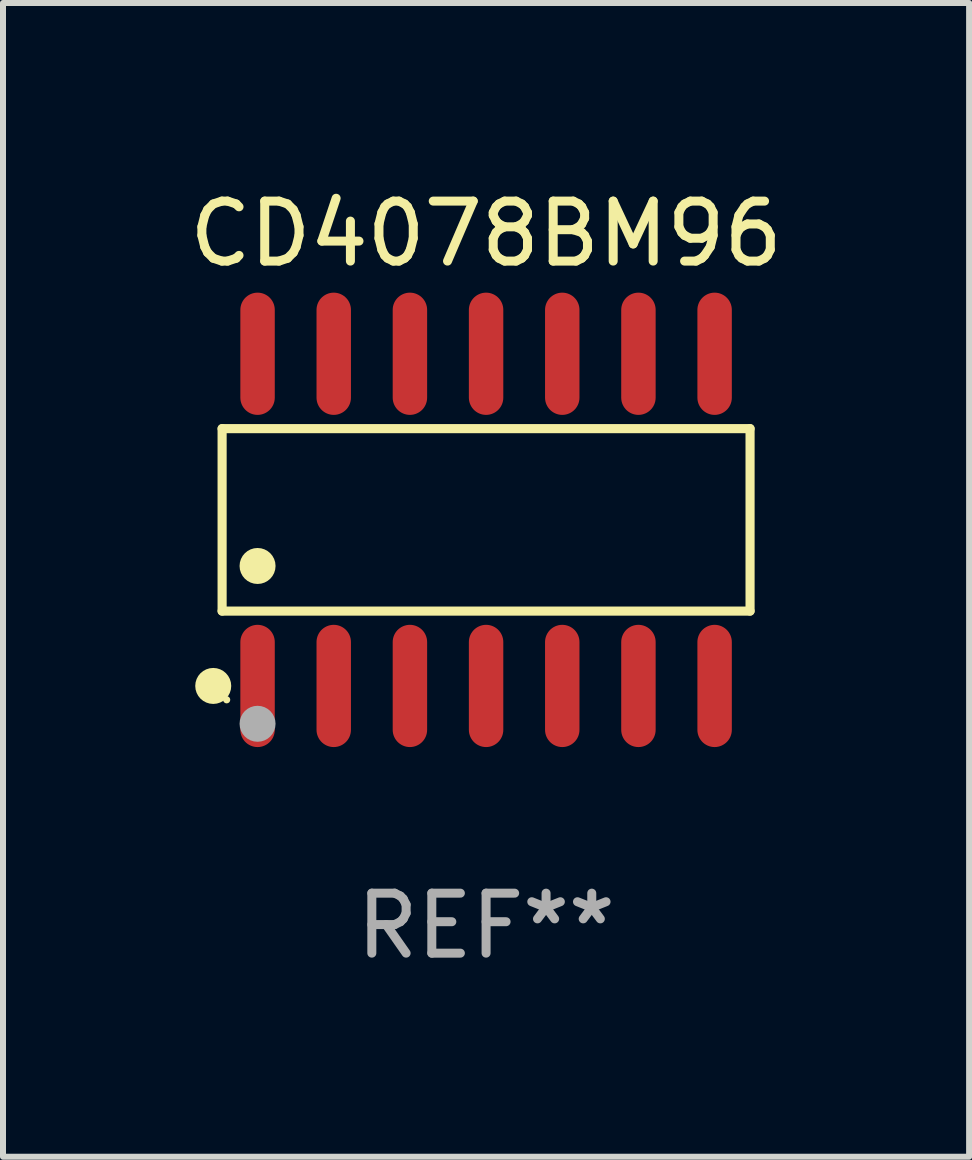
<source format=kicad_pcb>
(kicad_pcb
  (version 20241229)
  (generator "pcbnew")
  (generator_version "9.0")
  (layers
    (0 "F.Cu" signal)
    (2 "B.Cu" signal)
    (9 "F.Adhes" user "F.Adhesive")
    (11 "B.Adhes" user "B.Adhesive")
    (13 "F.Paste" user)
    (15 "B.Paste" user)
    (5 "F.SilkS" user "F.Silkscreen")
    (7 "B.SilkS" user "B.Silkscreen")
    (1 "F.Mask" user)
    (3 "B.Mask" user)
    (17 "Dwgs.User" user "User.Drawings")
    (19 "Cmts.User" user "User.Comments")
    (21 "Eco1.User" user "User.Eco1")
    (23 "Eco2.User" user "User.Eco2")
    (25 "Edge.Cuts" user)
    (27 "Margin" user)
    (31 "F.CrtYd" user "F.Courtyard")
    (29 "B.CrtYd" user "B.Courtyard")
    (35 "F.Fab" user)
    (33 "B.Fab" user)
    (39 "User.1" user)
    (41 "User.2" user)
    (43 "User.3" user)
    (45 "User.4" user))
  (footprint "CD4078BM96"
    (layer "F.Cu")
    (at 5.054 5.617)
    (property "Reference" "CD4078BM96" (at 0 -4.769 0) (layer "F.SilkS") (effects (font (size 1 1) (thickness 0.15))))
    (attr through_hole)
    (fp_line (start -4.401 -1.521) (end 4.401 -1.521) (stroke (width 0.152) (type solid)) (layer "F.SilkS"))
    (fp_line (start -4.401 1.521) (end -4.401 -1.521) (stroke (width 0.152) (type solid)) (layer "F.SilkS"))
    (fp_line (start 4.401 -1.521) (end 4.401 1.521) (stroke (width 0.152) (type solid)) (layer "F.SilkS"))
    (fp_line (start 4.401 1.521) (end -4.401 1.521) (stroke (width 0.152) (type solid)) (layer "F.SilkS"))
    (fp_circle (center -4.549 2.769) (end -4.399 2.769) (stroke (width 0.3) (type solid)) (fill no) (layer "F.SilkS"))
    (fp_circle (center -4.325 3) (end -4.295 3) (stroke (width 0.06) (type solid)) (fill no) (layer "F.SilkS"))
    (fp_circle (center -3.81 0.769) (end -3.66 0.769) (stroke (width 0.3) (type solid)) (fill no) (layer "F.SilkS"))
    (fp_circle (center -3.81 3.4) (end -3.66 3.4) (stroke (width 0.3) (type solid)) (fill no) (layer "F.Fab"))
    (fp_text user "REF**" (at 0 6.769 0) (layer "F.Fab") (effects (font (size 1 1) (thickness 0.15))))
    (pad "1" smd oval (at -3.81 2.769) (size 0.574 2.038) (layers "F.Cu" "F.Mask" "F.Paste"))
    (pad "2" smd oval (at -2.54 2.769) (size 0.574 2.038) (layers "F.Cu" "F.Mask" "F.Paste"))
    (pad "3" smd oval (at -1.27 2.769) (size 0.574 2.038) (layers "F.Cu" "F.Mask" "F.Paste"))
    (pad "4" smd oval (at 0 2.769) (size 0.574 2.038) (layers "F.Cu" "F.Mask" "F.Paste"))
    (pad "5" smd oval (at 1.27 2.769) (size 0.574 2.038) (layers "F.Cu" "F.Mask" "F.Paste"))
    (pad "6" smd oval (at 2.54 2.769) (size 0.574 2.038) (layers "F.Cu" "F.Mask" "F.Paste"))
    (pad "7" smd oval (at 3.81 2.769) (size 0.574 2.038) (layers "F.Cu" "F.Mask" "F.Paste"))
    (pad "8" smd oval (at 3.81 -2.769) (size 0.574 2.038) (layers "F.Cu" "F.Mask" "F.Paste"))
    (pad "9" smd oval (at 2.54 -2.769) (size 0.574 2.038) (layers "F.Cu" "F.Mask" "F.Paste"))
    (pad "10" smd oval (at 1.27 -2.769) (size 0.574 2.038) (layers "F.Cu" "F.Mask" "F.Paste"))
    (pad "11" smd oval (at 0 -2.769) (size 0.574 2.038) (layers "F.Cu" "F.Mask" "F.Paste"))
    (pad "12" smd oval (at -1.27 -2.769) (size 0.574 2.038) (layers "F.Cu" "F.Mask" "F.Paste"))
    (pad "13" smd oval (at -2.54 -2.769) (size 0.574 2.038) (layers "F.Cu" "F.Mask" "F.Paste"))
    (pad "14" smd oval (at -3.81 -2.769) (size 0.574 2.038) (layers "F.Cu" "F.Mask" "F.Paste")))
  (gr_rect
    (start -3 -3)
    (end 13.107 16.235)
    (stroke (width 0.1) (type default))
    (fill no)
    (layer "Edge.Cuts")))
</source>
